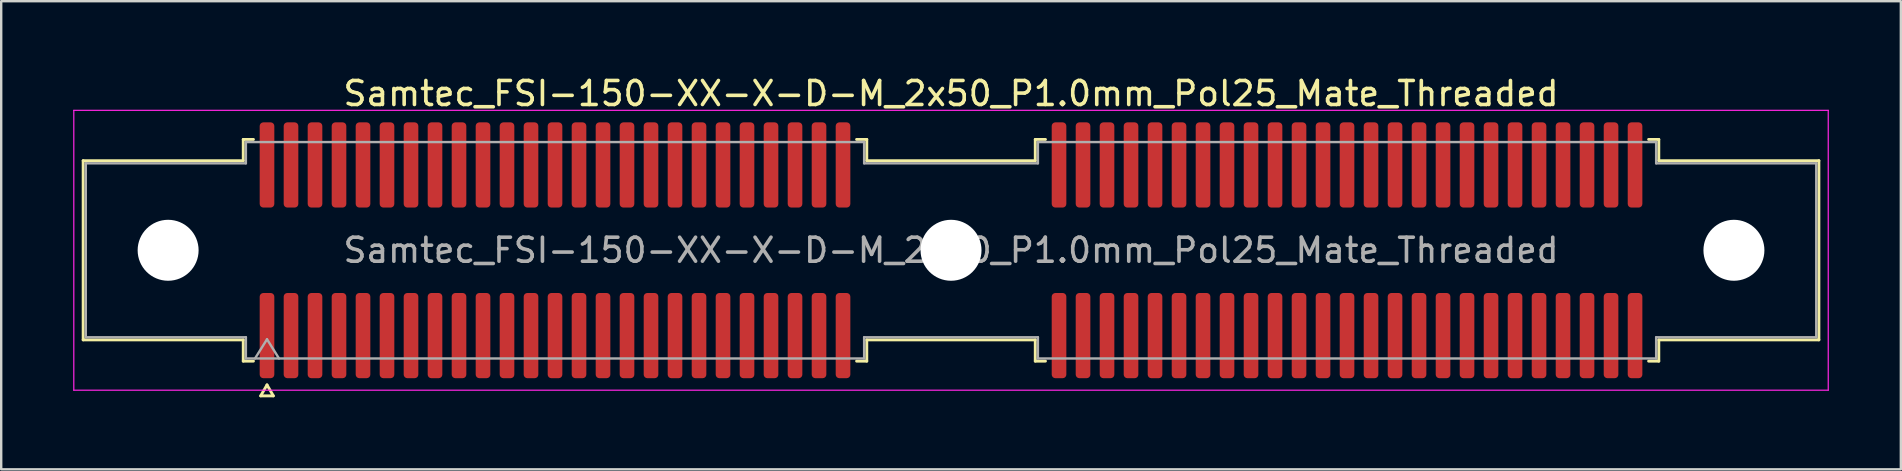
<source format=kicad_pcb>
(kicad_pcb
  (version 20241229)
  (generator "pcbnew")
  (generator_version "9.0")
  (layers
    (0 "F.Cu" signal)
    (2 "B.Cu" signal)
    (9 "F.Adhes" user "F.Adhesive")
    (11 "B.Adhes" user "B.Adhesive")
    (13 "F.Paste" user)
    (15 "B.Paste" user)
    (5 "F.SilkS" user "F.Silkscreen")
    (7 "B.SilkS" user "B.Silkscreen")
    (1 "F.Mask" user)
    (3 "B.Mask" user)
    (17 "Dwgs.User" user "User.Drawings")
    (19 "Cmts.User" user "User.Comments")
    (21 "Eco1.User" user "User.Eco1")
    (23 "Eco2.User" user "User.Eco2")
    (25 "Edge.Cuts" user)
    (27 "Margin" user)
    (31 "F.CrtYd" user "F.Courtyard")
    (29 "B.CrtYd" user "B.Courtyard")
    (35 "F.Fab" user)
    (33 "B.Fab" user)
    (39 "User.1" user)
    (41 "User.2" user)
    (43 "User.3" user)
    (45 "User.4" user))
  (footprint "Samtec_FSI-150-XX-X-D-M_2x50_P1.0mm_Pol25_Mate_Threaded"
    (layer "F.Cu")
    (at 36.575 7.378)
    (property "Reference" "Samtec_FSI-150-XX-X-D-M_2x50_P1.0mm_Pol25_Mate_Threaded" (at 0 -6.53 0) (layer "F.SilkS") (effects (font (size 1 1) (thickness 0.15))))
    (attr smd exclude_from_pos_files exclude_from_bom)
    (fp_line (start -36.16 -3.733) (end -29.49 -3.733) (stroke (width 0.12) (type solid)) (layer "F.SilkS"))
    (fp_line (start -36.16 3.733) (end -36.16 -3.733) (stroke (width 0.12) (type solid)) (layer "F.SilkS"))
    (fp_line (start -29.49 -4.619) (end -29.065 -4.619) (stroke (width 0.12) (type solid)) (layer "F.SilkS"))
    (fp_line (start -29.49 -3.733) (end -29.49 -4.619) (stroke (width 0.12) (type solid)) (layer "F.SilkS"))
    (fp_line (start -29.49 3.733) (end -36.16 3.733) (stroke (width 0.12) (type solid)) (layer "F.SilkS"))
    (fp_line (start -29.49 4.619) (end -29.49 3.733) (stroke (width 0.12) (type solid)) (layer "F.SilkS"))
    (fp_line (start -29.065 4.619) (end -29.49 4.619) (stroke (width 0.12) (type solid)) (layer "F.SilkS"))
    (fp_line (start -28.764 6.066) (end -28.5 5.609) (stroke (width 0.12) (type solid)) (layer "F.SilkS"))
    (fp_line (start -28.5 5.609) (end -28.236 6.066) (stroke (width 0.12) (type solid)) (layer "F.SilkS"))
    (fp_line (start -28.236 6.066) (end -28.764 6.066) (stroke (width 0.12) (type solid)) (layer "F.SilkS"))
    (fp_line (start -3.935 -4.619) (end -3.51 -4.619) (stroke (width 0.12) (type solid)) (layer "F.SilkS"))
    (fp_line (start -3.51 -4.619) (end -3.51 -3.733) (stroke (width 0.12) (type solid)) (layer "F.SilkS"))
    (fp_line (start -3.51 -3.733) (end 3.51 -3.733) (stroke (width 0.12) (type solid)) (layer "F.SilkS"))
    (fp_line (start -3.51 3.733) (end -3.51 4.619) (stroke (width 0.12) (type solid)) (layer "F.SilkS"))
    (fp_line (start -3.51 4.619) (end -3.935 4.619) (stroke (width 0.12) (type solid)) (layer "F.SilkS"))
    (fp_line (start 3.51 -4.619) (end 3.935 -4.619) (stroke (width 0.12) (type solid)) (layer "F.SilkS"))
    (fp_line (start 3.51 -3.733) (end 3.51 -4.619) (stroke (width 0.12) (type solid)) (layer "F.SilkS"))
    (fp_line (start 3.51 3.733) (end -3.51 3.733) (stroke (width 0.12) (type solid)) (layer "F.SilkS"))
    (fp_line (start 3.51 4.619) (end 3.51 3.733) (stroke (width 0.12) (type solid)) (layer "F.SilkS"))
    (fp_line (start 3.935 4.619) (end 3.51 4.619) (stroke (width 0.12) (type solid)) (layer "F.SilkS"))
    (fp_line (start 29.065 -4.619) (end 29.49 -4.619) (stroke (width 0.12) (type solid)) (layer "F.SilkS"))
    (fp_line (start 29.49 -4.619) (end 29.49 -3.733) (stroke (width 0.12) (type solid)) (layer "F.SilkS"))
    (fp_line (start 29.49 -3.733) (end 36.16 -3.733) (stroke (width 0.12) (type solid)) (layer "F.SilkS"))
    (fp_line (start 29.49 3.733) (end 29.49 4.619) (stroke (width 0.12) (type solid)) (layer "F.SilkS"))
    (fp_line (start 29.49 4.619) (end 29.065 4.619) (stroke (width 0.12) (type solid)) (layer "F.SilkS"))
    (fp_line (start 36.16 -3.733) (end 36.16 3.733) (stroke (width 0.12) (type solid)) (layer "F.SilkS"))
    (fp_line (start 36.16 3.733) (end 29.49 3.733) (stroke (width 0.12) (type solid)) (layer "F.SilkS"))
    (fp_line (start -36.55 -5.83) (end -36.55 5.83) (stroke (width 0.05) (type solid)) (layer "F.CrtYd"))
    (fp_line (start -36.55 5.83) (end 36.55 5.83) (stroke (width 0.05) (type solid)) (layer "F.CrtYd"))
    (fp_line (start 36.55 -5.83) (end -36.55 -5.83) (stroke (width 0.05) (type solid)) (layer "F.CrtYd"))
    (fp_line (start 36.55 5.83) (end 36.55 -5.83) (stroke (width 0.05) (type solid)) (layer "F.CrtYd"))
    (fp_line (start -36.05 -3.623) (end -29.38 -3.623) (stroke (width 0.1) (type solid)) (layer "F.Fab"))
    (fp_line (start -36.05 3.623) (end -36.05 -3.623) (stroke (width 0.1) (type solid)) (layer "F.Fab"))
    (fp_line (start -29.38 -4.508) (end -3.62 -4.508) (stroke (width 0.1) (type solid)) (layer "F.Fab"))
    (fp_line (start -29.38 -3.623) (end -29.38 -4.508) (stroke (width 0.1) (type solid)) (layer "F.Fab"))
    (fp_line (start -29.38 3.623) (end -36.05 3.623) (stroke (width 0.1) (type solid)) (layer "F.Fab"))
    (fp_line (start -29.38 4.508) (end -29.38 3.623) (stroke (width 0.1) (type solid)) (layer "F.Fab"))
    (fp_line (start -29 4.508) (end -28.5 3.708) (stroke (width 0.1) (type solid)) (layer "F.Fab"))
    (fp_line (start -28.5 3.708) (end -28 4.508) (stroke (width 0.1) (type solid)) (layer "F.Fab"))
    (fp_line (start -3.62 -4.508) (end -3.62 -3.623) (stroke (width 0.1) (type solid)) (layer "F.Fab"))
    (fp_line (start -3.62 -3.623) (end 3.62 -3.623) (stroke (width 0.1) (type solid)) (layer "F.Fab"))
    (fp_line (start -3.62 3.623) (end -3.62 4.508) (stroke (width 0.1) (type solid)) (layer "F.Fab"))
    (fp_line (start -3.62 4.508) (end -29.38 4.508) (stroke (width 0.1) (type solid)) (layer "F.Fab"))
    (fp_line (start 3.62 -4.508) (end 29.38 -4.508) (stroke (width 0.1) (type solid)) (layer "F.Fab"))
    (fp_line (start 3.62 -3.623) (end 3.62 -4.508) (stroke (width 0.1) (type solid)) (layer "F.Fab"))
    (fp_line (start 3.62 3.623) (end -3.62 3.623) (stroke (width 0.1) (type solid)) (layer "F.Fab"))
    (fp_line (start 3.62 4.508) (end 3.62 3.623) (stroke (width 0.1) (type solid)) (layer "F.Fab"))
    (fp_line (start 29.38 -4.508) (end 29.38 -3.623) (stroke (width 0.1) (type solid)) (layer "F.Fab"))
    (fp_line (start 29.38 -3.623) (end 36.05 -3.623) (stroke (width 0.1) (type solid)) (layer "F.Fab"))
    (fp_line (start 29.38 3.623) (end 29.38 4.508) (stroke (width 0.1) (type solid)) (layer "F.Fab"))
    (fp_line (start 29.38 4.508) (end 3.62 4.508) (stroke (width 0.1) (type solid)) (layer "F.Fab"))
    (fp_line (start 36.05 -3.623) (end 36.05 3.623) (stroke (width 0.1) (type solid)) (layer "F.Fab"))
    (fp_line (start 36.05 3.623) (end 29.38 3.623) (stroke (width 0.1) (type solid)) (layer "F.Fab"))
    (fp_text user "${REFERENCE}" (at 0 0 0) (layer "F.Fab") (effects (font (size 1 1) (thickness 0.15))))
    (pad "" np_thru_hole circle (at -32.62 0) (size 2.54 2.54) (drill 2.54) (layers "*.Cu" "*.Mask"))
    (pad "" np_thru_hole circle (at 0 0) (size 2.54 2.54) (drill 2.54) (layers "*.Cu" "*.Mask"))
    (pad "" np_thru_hole circle (at 32.62 0) (size 2.54 2.54) (drill 2.54) (layers "*.Cu" "*.Mask"))
    (pad "1" smd roundrect (at -28.5 3.555) (size 0.61 3.55) (layers "F.Cu" "F.Mask") (roundrect_rratio 0.25))
    (pad "2" smd roundrect (at -28.5 -3.555) (size 0.61 3.55) (layers "F.Cu" "F.Mask") (roundrect_rratio 0.25))
    (pad "3" smd roundrect (at -27.5 3.555) (size 0.61 3.55) (layers "F.Cu" "F.Mask") (roundrect_rratio 0.25))
    (pad "4" smd roundrect (at -27.5 -3.555) (size 0.61 3.55) (layers "F.Cu" "F.Mask") (roundrect_rratio 0.25))
    (pad "5" smd roundrect (at -26.5 3.555) (size 0.61 3.55) (layers "F.Cu" "F.Mask") (roundrect_rratio 0.25))
    (pad "6" smd roundrect (at -26.5 -3.555) (size 0.61 3.55) (layers "F.Cu" "F.Mask") (roundrect_rratio 0.25))
    (pad "7" smd roundrect (at -25.5 3.555) (size 0.61 3.55) (layers "F.Cu" "F.Mask") (roundrect_rratio 0.25))
    (pad "8" smd roundrect (at -25.5 -3.555) (size 0.61 3.55) (layers "F.Cu" "F.Mask") (roundrect_rratio 0.25))
    (pad "9" smd roundrect (at -24.5 3.555) (size 0.61 3.55) (layers "F.Cu" "F.Mask") (roundrect_rratio 0.25))
    (pad "10" smd roundrect (at -24.5 -3.555) (size 0.61 3.55) (layers "F.Cu" "F.Mask") (roundrect_rratio 0.25))
    (pad "11" smd roundrect (at -23.5 3.555) (size 0.61 3.55) (layers "F.Cu" "F.Mask") (roundrect_rratio 0.25))
    (pad "12" smd roundrect (at -23.5 -3.555) (size 0.61 3.55) (layers "F.Cu" "F.Mask") (roundrect_rratio 0.25))
    (pad "13" smd roundrect (at -22.5 3.555) (size 0.61 3.55) (layers "F.Cu" "F.Mask") (roundrect_rratio 0.25))
    (pad "14" smd roundrect (at -22.5 -3.555) (size 0.61 3.55) (layers "F.Cu" "F.Mask") (roundrect_rratio 0.25))
    (pad "15" smd roundrect (at -21.5 3.555) (size 0.61 3.55) (layers "F.Cu" "F.Mask") (roundrect_rratio 0.25))
    (pad "16" smd roundrect (at -21.5 -3.555) (size 0.61 3.55) (layers "F.Cu" "F.Mask") (roundrect_rratio 0.25))
    (pad "17" smd roundrect (at -20.5 3.555) (size 0.61 3.55) (layers "F.Cu" "F.Mask") (roundrect_rratio 0.25))
    (pad "18" smd roundrect (at -20.5 -3.555) (size 0.61 3.55) (layers "F.Cu" "F.Mask") (roundrect_rratio 0.25))
    (pad "19" smd roundrect (at -19.5 3.555) (size 0.61 3.55) (layers "F.Cu" "F.Mask") (roundrect_rratio 0.25))
    (pad "20" smd roundrect (at -19.5 -3.555) (size 0.61 3.55) (layers "F.Cu" "F.Mask") (roundrect_rratio 0.25))
    (pad "21" smd roundrect (at -18.5 3.555) (size 0.61 3.55) (layers "F.Cu" "F.Mask") (roundrect_rratio 0.25))
    (pad "22" smd roundrect (at -18.5 -3.555) (size 0.61 3.55) (layers "F.Cu" "F.Mask") (roundrect_rratio 0.25))
    (pad "23" smd roundrect (at -17.5 3.555) (size 0.61 3.55) (layers "F.Cu" "F.Mask") (roundrect_rratio 0.25))
    (pad "24" smd roundrect (at -17.5 -3.555) (size 0.61 3.55) (layers "F.Cu" "F.Mask") (roundrect_rratio 0.25))
    (pad "25" smd roundrect (at -16.5 3.555) (size 0.61 3.55) (layers "F.Cu" "F.Mask") (roundrect_rratio 0.25))
    (pad "26" smd roundrect (at -16.5 -3.555) (size 0.61 3.55) (layers "F.Cu" "F.Mask") (roundrect_rratio 0.25))
    (pad "27" smd roundrect (at -15.5 3.555) (size 0.61 3.55) (layers "F.Cu" "F.Mask") (roundrect_rratio 0.25))
    (pad "28" smd roundrect (at -15.5 -3.555) (size 0.61 3.55) (layers "F.Cu" "F.Mask") (roundrect_rratio 0.25))
    (pad "29" smd roundrect (at -14.5 3.555) (size 0.61 3.55) (layers "F.Cu" "F.Mask") (roundrect_rratio 0.25))
    (pad "30" smd roundrect (at -14.5 -3.555) (size 0.61 3.55) (layers "F.Cu" "F.Mask") (roundrect_rratio 0.25))
    (pad "31" smd roundrect (at -13.5 3.555) (size 0.61 3.55) (layers "F.Cu" "F.Mask") (roundrect_rratio 0.25))
    (pad "32" smd roundrect (at -13.5 -3.555) (size 0.61 3.55) (layers "F.Cu" "F.Mask") (roundrect_rratio 0.25))
    (pad "33" smd roundrect (at -12.5 3.555) (size 0.61 3.55) (layers "F.Cu" "F.Mask") (roundrect_rratio 0.25))
    (pad "34" smd roundrect (at -12.5 -3.555) (size 0.61 3.55) (layers "F.Cu" "F.Mask") (roundrect_rratio 0.25))
    (pad "35" smd roundrect (at -11.5 3.555) (size 0.61 3.55) (layers "F.Cu" "F.Mask") (roundrect_rratio 0.25))
    (pad "36" smd roundrect (at -11.5 -3.555) (size 0.61 3.55) (layers "F.Cu" "F.Mask") (roundrect_rratio 0.25))
    (pad "37" smd roundrect (at -10.5 3.555) (size 0.61 3.55) (layers "F.Cu" "F.Mask") (roundrect_rratio 0.25))
    (pad "38" smd roundrect (at -10.5 -3.555) (size 0.61 3.55) (layers "F.Cu" "F.Mask") (roundrect_rratio 0.25))
    (pad "39" smd roundrect (at -9.5 3.555) (size 0.61 3.55) (layers "F.Cu" "F.Mask") (roundrect_rratio 0.25))
    (pad "40" smd roundrect (at -9.5 -3.555) (size 0.61 3.55) (layers "F.Cu" "F.Mask") (roundrect_rratio 0.25))
    (pad "41" smd roundrect (at -8.5 3.555) (size 0.61 3.55) (layers "F.Cu" "F.Mask") (roundrect_rratio 0.25))
    (pad "42" smd roundrect (at -8.5 -3.555) (size 0.61 3.55) (layers "F.Cu" "F.Mask") (roundrect_rratio 0.25))
    (pad "43" smd roundrect (at -7.5 3.555) (size 0.61 3.55) (layers "F.Cu" "F.Mask") (roundrect_rratio 0.25))
    (pad "44" smd roundrect (at -7.5 -3.555) (size 0.61 3.55) (layers "F.Cu" "F.Mask") (roundrect_rratio 0.25))
    (pad "45" smd roundrect (at -6.5 3.555) (size 0.61 3.55) (layers "F.Cu" "F.Mask") (roundrect_rratio 0.25))
    (pad "46" smd roundrect (at -6.5 -3.555) (size 0.61 3.55) (layers "F.Cu" "F.Mask") (roundrect_rratio 0.25))
    (pad "47" smd roundrect (at -5.5 3.555) (size 0.61 3.55) (layers "F.Cu" "F.Mask") (roundrect_rratio 0.25))
    (pad "48" smd roundrect (at -5.5 -3.555) (size 0.61 3.55) (layers "F.Cu" "F.Mask") (roundrect_rratio 0.25))
    (pad "49" smd roundrect (at -4.5 3.555) (size 0.61 3.55) (layers "F.Cu" "F.Mask") (roundrect_rratio 0.25))
    (pad "50" smd roundrect (at -4.5 -3.555) (size 0.61 3.55) (layers "F.Cu" "F.Mask") (roundrect_rratio 0.25))
    (pad "51" smd roundrect (at 4.5 3.555) (size 0.61 3.55) (layers "F.Cu" "F.Mask") (roundrect_rratio 0.25))
    (pad "52" smd roundrect (at 4.5 -3.555) (size 0.61 3.55) (layers "F.Cu" "F.Mask") (roundrect_rratio 0.25))
    (pad "53" smd roundrect (at 5.5 3.555) (size 0.61 3.55) (layers "F.Cu" "F.Mask") (roundrect_rratio 0.25))
    (pad "54" smd roundrect (at 5.5 -3.555) (size 0.61 3.55) (layers "F.Cu" "F.Mask") (roundrect_rratio 0.25))
    (pad "55" smd roundrect (at 6.5 3.555) (size 0.61 3.55) (layers "F.Cu" "F.Mask") (roundrect_rratio 0.25))
    (pad "56" smd roundrect (at 6.5 -3.555) (size 0.61 3.55) (layers "F.Cu" "F.Mask") (roundrect_rratio 0.25))
    (pad "57" smd roundrect (at 7.5 3.555) (size 0.61 3.55) (layers "F.Cu" "F.Mask") (roundrect_rratio 0.25))
    (pad "58" smd roundrect (at 7.5 -3.555) (size 0.61 3.55) (layers "F.Cu" "F.Mask") (roundrect_rratio 0.25))
    (pad "59" smd roundrect (at 8.5 3.555) (size 0.61 3.55) (layers "F.Cu" "F.Mask") (roundrect_rratio 0.25))
    (pad "60" smd roundrect (at 8.5 -3.555) (size 0.61 3.55) (layers "F.Cu" "F.Mask") (roundrect_rratio 0.25))
    (pad "61" smd roundrect (at 9.5 3.555) (size 0.61 3.55) (layers "F.Cu" "F.Mask") (roundrect_rratio 0.25))
    (pad "62" smd roundrect (at 9.5 -3.555) (size 0.61 3.55) (layers "F.Cu" "F.Mask") (roundrect_rratio 0.25))
    (pad "63" smd roundrect (at 10.5 3.555) (size 0.61 3.55) (layers "F.Cu" "F.Mask") (roundrect_rratio 0.25))
    (pad "64" smd roundrect (at 10.5 -3.555) (size 0.61 3.55) (layers "F.Cu" "F.Mask") (roundrect_rratio 0.25))
    (pad "65" smd roundrect (at 11.5 3.555) (size 0.61 3.55) (layers "F.Cu" "F.Mask") (roundrect_rratio 0.25))
    (pad "66" smd roundrect (at 11.5 -3.555) (size 0.61 3.55) (layers "F.Cu" "F.Mask") (roundrect_rratio 0.25))
    (pad "67" smd roundrect (at 12.5 3.555) (size 0.61 3.55) (layers "F.Cu" "F.Mask") (roundrect_rratio 0.25))
    (pad "68" smd roundrect (at 12.5 -3.555) (size 0.61 3.55) (layers "F.Cu" "F.Mask") (roundrect_rratio 0.25))
    (pad "69" smd roundrect (at 13.5 3.555) (size 0.61 3.55) (layers "F.Cu" "F.Mask") (roundrect_rratio 0.25))
    (pad "70" smd roundrect (at 13.5 -3.555) (size 0.61 3.55) (layers "F.Cu" "F.Mask") (roundrect_rratio 0.25))
    (pad "71" smd roundrect (at 14.5 3.555) (size 0.61 3.55) (layers "F.Cu" "F.Mask") (roundrect_rratio 0.25))
    (pad "72" smd roundrect (at 14.5 -3.555) (size 0.61 3.55) (layers "F.Cu" "F.Mask") (roundrect_rratio 0.25))
    (pad "73" smd roundrect (at 15.5 3.555) (size 0.61 3.55) (layers "F.Cu" "F.Mask") (roundrect_rratio 0.25))
    (pad "74" smd roundrect (at 15.5 -3.555) (size 0.61 3.55) (layers "F.Cu" "F.Mask") (roundrect_rratio 0.25))
    (pad "75" smd roundrect (at 16.5 3.555) (size 0.61 3.55) (layers "F.Cu" "F.Mask") (roundrect_rratio 0.25))
    (pad "76" smd roundrect (at 16.5 -3.555) (size 0.61 3.55) (layers "F.Cu" "F.Mask") (roundrect_rratio 0.25))
    (pad "77" smd roundrect (at 17.5 3.555) (size 0.61 3.55) (layers "F.Cu" "F.Mask") (roundrect_rratio 0.25))
    (pad "78" smd roundrect (at 17.5 -3.555) (size 0.61 3.55) (layers "F.Cu" "F.Mask") (roundrect_rratio 0.25))
    (pad "79" smd roundrect (at 18.5 3.555) (size 0.61 3.55) (layers "F.Cu" "F.Mask") (roundrect_rratio 0.25))
    (pad "80" smd roundrect (at 18.5 -3.555) (size 0.61 3.55) (layers "F.Cu" "F.Mask") (roundrect_rratio 0.25))
    (pad "81" smd roundrect (at 19.5 3.555) (size 0.61 3.55) (layers "F.Cu" "F.Mask") (roundrect_rratio 0.25))
    (pad "82" smd roundrect (at 19.5 -3.555) (size 0.61 3.55) (layers "F.Cu" "F.Mask") (roundrect_rratio 0.25))
    (pad "83" smd roundrect (at 20.5 3.555) (size 0.61 3.55) (layers "F.Cu" "F.Mask") (roundrect_rratio 0.25))
    (pad "84" smd roundrect (at 20.5 -3.555) (size 0.61 3.55) (layers "F.Cu" "F.Mask") (roundrect_rratio 0.25))
    (pad "85" smd roundrect (at 21.5 3.555) (size 0.61 3.55) (layers "F.Cu" "F.Mask") (roundrect_rratio 0.25))
    (pad "86" smd roundrect (at 21.5 -3.555) (size 0.61 3.55) (layers "F.Cu" "F.Mask") (roundrect_rratio 0.25))
    (pad "87" smd roundrect (at 22.5 3.555) (size 0.61 3.55) (layers "F.Cu" "F.Mask") (roundrect_rratio 0.25))
    (pad "88" smd roundrect (at 22.5 -3.555) (size 0.61 3.55) (layers "F.Cu" "F.Mask") (roundrect_rratio 0.25))
    (pad "89" smd roundrect (at 23.5 3.555) (size 0.61 3.55) (layers "F.Cu" "F.Mask") (roundrect_rratio 0.25))
    (pad "90" smd roundrect (at 23.5 -3.555) (size 0.61 3.55) (layers "F.Cu" "F.Mask") (roundrect_rratio 0.25))
    (pad "91" smd roundrect (at 24.5 3.555) (size 0.61 3.55) (layers "F.Cu" "F.Mask") (roundrect_rratio 0.25))
    (pad "92" smd roundrect (at 24.5 -3.555) (size 0.61 3.55) (layers "F.Cu" "F.Mask") (roundrect_rratio 0.25))
    (pad "93" smd roundrect (at 25.5 3.555) (size 0.61 3.55) (layers "F.Cu" "F.Mask") (roundrect_rratio 0.25))
    (pad "94" smd roundrect (at 25.5 -3.555) (size 0.61 3.55) (layers "F.Cu" "F.Mask") (roundrect_rratio 0.25))
    (pad "95" smd roundrect (at 26.5 3.555) (size 0.61 3.55) (layers "F.Cu" "F.Mask") (roundrect_rratio 0.25))
    (pad "96" smd roundrect (at 26.5 -3.555) (size 0.61 3.55) (layers "F.Cu" "F.Mask") (roundrect_rratio 0.25))
    (pad "97" smd roundrect (at 27.5 3.555) (size 0.61 3.55) (layers "F.Cu" "F.Mask") (roundrect_rratio 0.25))
    (pad "98" smd roundrect (at 27.5 -3.555) (size 0.61 3.55) (layers "F.Cu" "F.Mask") (roundrect_rratio 0.25))
    (pad "99" smd roundrect (at 28.5 3.555) (size 0.61 3.55) (layers "F.Cu" "F.Mask") (roundrect_rratio 0.25))
    (pad "100" smd roundrect (at 28.5 -3.555) (size 0.61 3.55) (layers "F.Cu" "F.Mask") (roundrect_rratio 0.25)))
  (gr_rect
    (start -3 -3)
    (end 76.15 16.504)
    (stroke (width 0.1) (type default))
    (fill no)
    (layer "Edge.Cuts")))
</source>
